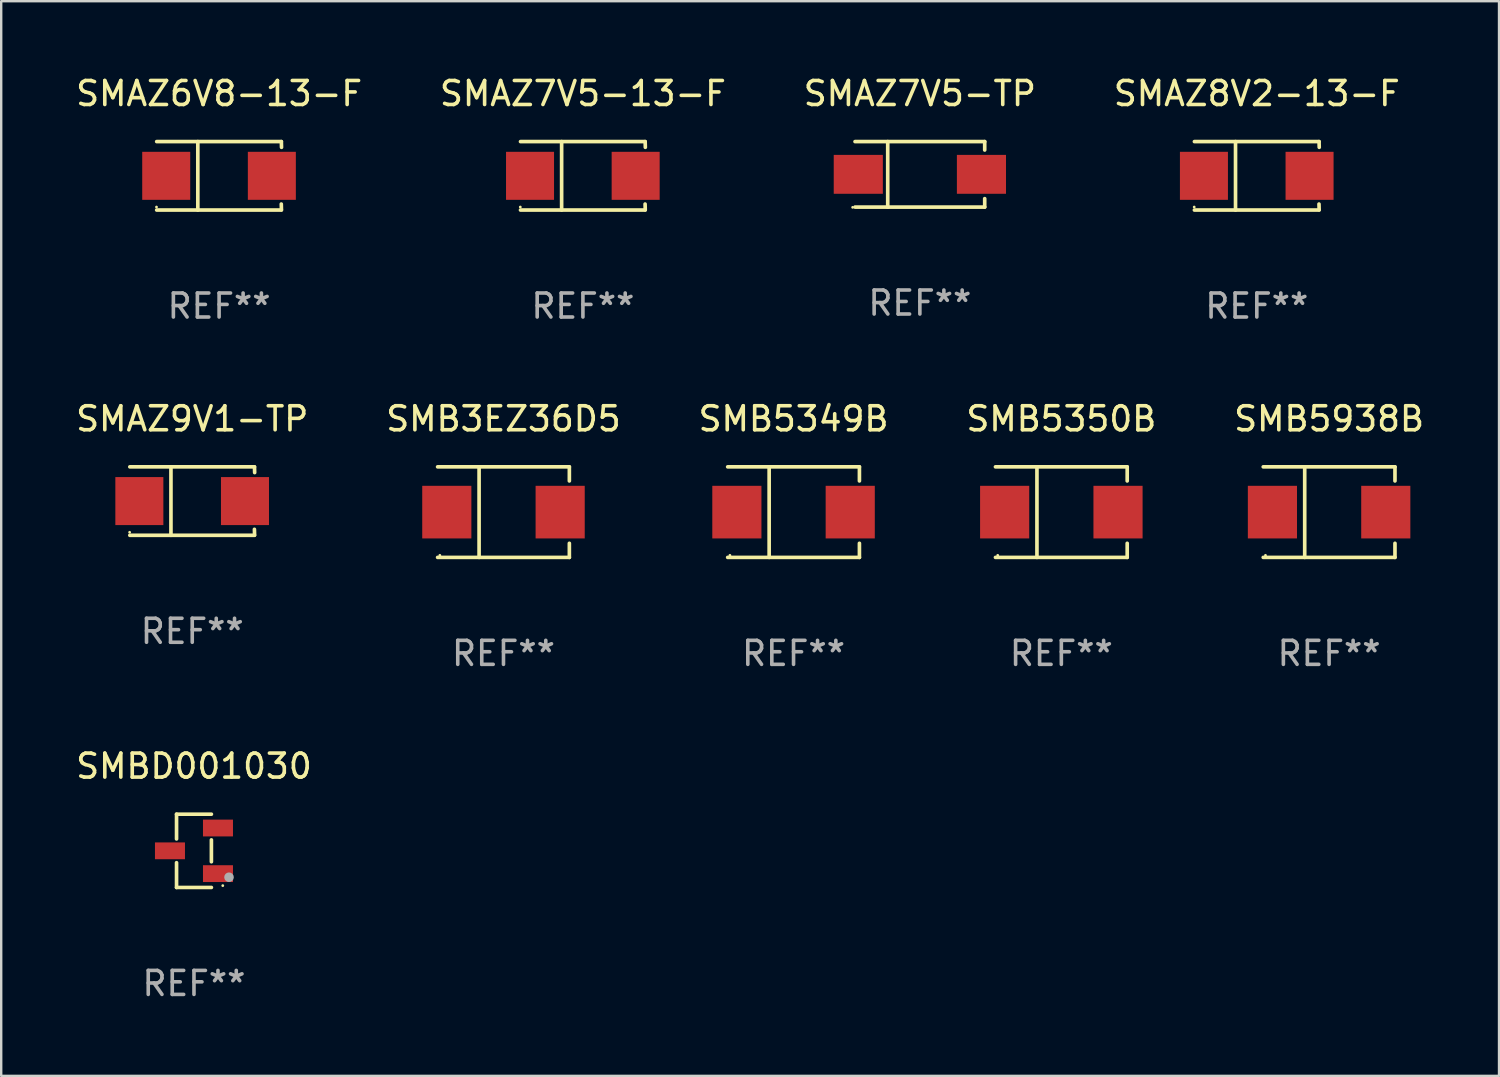
<source format=kicad_pcb>
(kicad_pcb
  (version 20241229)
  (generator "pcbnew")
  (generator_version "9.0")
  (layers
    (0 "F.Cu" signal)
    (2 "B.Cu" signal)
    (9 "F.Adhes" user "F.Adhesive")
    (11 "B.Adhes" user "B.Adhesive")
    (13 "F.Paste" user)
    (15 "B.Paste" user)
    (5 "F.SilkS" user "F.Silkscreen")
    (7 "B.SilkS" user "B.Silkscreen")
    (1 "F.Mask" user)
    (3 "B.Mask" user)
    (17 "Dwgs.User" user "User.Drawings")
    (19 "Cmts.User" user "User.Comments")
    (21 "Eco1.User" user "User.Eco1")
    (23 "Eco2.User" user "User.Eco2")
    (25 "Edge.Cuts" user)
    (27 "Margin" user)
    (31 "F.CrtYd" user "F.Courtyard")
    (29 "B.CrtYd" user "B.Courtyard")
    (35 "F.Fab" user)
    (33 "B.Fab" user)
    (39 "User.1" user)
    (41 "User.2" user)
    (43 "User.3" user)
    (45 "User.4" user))
  (footprint "SMB3EZ36D5"
    (layer "F.Cu")
    (at 17.923 18.283)
    (property "Reference" "SMB3EZ36D5" (at 0 -3.886 0) (layer "F.SilkS") (effects (font (size 1 1) (thickness 0.15))))
    (attr through_hole)
    (fp_line (start -2.744 -1.886) (end 2.744 -1.886) (stroke (width 0.152) (type solid)) (layer "F.SilkS"))
    (fp_line (start -2.744 1.886) (end 2.744 1.886) (stroke (width 0.152) (type solid)) (layer "F.SilkS"))
    (fp_line (start -1.016 -1.886) (end -1.016 1.886) (stroke (width 0.152) (type solid)) (layer "F.SilkS"))
    (fp_line (start 2.744 -1.886) (end 2.744 -1.299) (stroke (width 0.152) (type solid)) (layer "F.SilkS"))
    (fp_line (start 2.744 1.886) (end 2.744 1.299) (stroke (width 0.152) (type solid)) (layer "F.SilkS"))
    (fp_circle (center -2.65 1.8) (end -2.62 1.8) (stroke (width 0.06) (type solid)) (fill no) (layer "F.SilkS"))
    (fp_text user "REF**" (at 0 5.886 0) (layer "F.Fab") (effects (font (size 1 1) (thickness 0.15))))
    (pad "1" smd rect (at -2.361 0) (size 2.047 2.192) (layers "F.Cu" "F.Mask" "F.Paste"))
    (pad "2" smd rect (at 2.361 0) (size 2.047 2.192) (layers "F.Cu" "F.Mask" "F.Paste")))
  (footprint "SMAZ6V8-13-F"
    (layer "F.Cu")
    (at 6.077 4.274)
    (property "Reference" "SMAZ6V8-13-F" (at 0 -3.426 0) (layer "F.SilkS") (effects (font (size 1 1) (thickness 0.15))))
    (attr through_hole)
    (fp_line (start -2.6 -1.426) (end 2.593 -1.426) (stroke (width 0.152) (type solid)) (layer "F.SilkS"))
    (fp_line (start -2.6 1.426) (end 2.593 1.426) (stroke (width 0.152) (type solid)) (layer "F.SilkS"))
    (fp_line (start -0.887 -1.426) (end -0.887 1.426) (stroke (width 0.152) (type solid)) (layer "F.SilkS"))
    (fp_line (start 2.59 1.176) (end 2.597 1.415) (stroke (width 0.152) (type solid)) (layer "F.SilkS"))
    (fp_line (start 2.593 -1.426) (end 2.6 -1.187) (stroke (width 0.152) (type solid)) (layer "F.SilkS"))
    (fp_circle (center -2.608 1.3) (end -2.578 1.3) (stroke (width 0.06) (type solid)) (fill no) (layer "F.SilkS"))
    (fp_text user "REF**" (at 0 5.426 0) (layer "F.Fab") (effects (font (size 1 1) (thickness 0.15))))
    (pad "1" smd rect (at -2.203 0 180) (size 2 2) (layers "F.Cu" "F.Mask" "F.Paste"))
    (pad "2" smd rect (at 2.197 0 180) (size 2 2) (layers "F.Cu" "F.Mask" "F.Paste")))
  (footprint "SMAZ7V5-TP"
    (layer "F.Cu")
    (at 35.268 4.212)
    (property "Reference" "SMAZ7V5-TP" (at 0 -3.364 0) (layer "F.SilkS") (effects (font (size 1 1) (thickness 0.15))))
    (attr through_hole)
    (fp_line (start -2.701 -1.364) (end 2.701 -1.364) (stroke (width 0.152) (type solid)) (layer "F.SilkS"))
    (fp_line (start -2.701 1.364) (end 2.701 1.364) (stroke (width 0.152) (type solid)) (layer "F.SilkS"))
    (fp_line (start -1.339 -1.364) (end -1.339 1.364) (stroke (width 0.152) (type solid)) (layer "F.SilkS"))
    (fp_line (start 2.701 -1.364) (end 2.701 -1.013) (stroke (width 0.152) (type solid)) (layer "F.SilkS"))
    (fp_line (start 2.701 1.364) (end 2.701 1.013) (stroke (width 0.152) (type solid)) (layer "F.SilkS"))
    (fp_circle (center -2.8 1.375) (end -2.77 1.375) (stroke (width 0.06) (type solid)) (fill no) (layer "F.SilkS"))
    (fp_text user "REF**" (at 0 5.364 0) (layer "F.Fab") (effects (font (size 1 1) (thickness 0.15))))
    (pad "1" smd rect (at -2.565 -0.000025) (size 2.046 1.62) (layers "F.Cu" "F.Mask" "F.Paste"))
    (pad "2" smd rect (at 2.565 -0.000025) (size 2.046 1.62) (layers "F.Cu" "F.Mask" "F.Paste")))
  (footprint "SMAZ7V5-13-F"
    (layer "F.Cu")
    (at 21.232 4.274)
    (property "Reference" "SMAZ7V5-13-F" (at 0 -3.426 0) (layer "F.SilkS") (effects (font (size 1 1) (thickness 0.15))))
    (attr through_hole)
    (fp_line (start -2.6 -1.426) (end 2.593 -1.426) (stroke (width 0.152) (type solid)) (layer "F.SilkS"))
    (fp_line (start -2.6 1.426) (end 2.593 1.426) (stroke (width 0.152) (type solid)) (layer "F.SilkS"))
    (fp_line (start -0.887 -1.426) (end -0.887 1.426) (stroke (width 0.152) (type solid)) (layer "F.SilkS"))
    (fp_line (start 2.59 1.176) (end 2.597 1.415) (stroke (width 0.152) (type solid)) (layer "F.SilkS"))
    (fp_line (start 2.593 -1.426) (end 2.6 -1.187) (stroke (width 0.152) (type solid)) (layer "F.SilkS"))
    (fp_circle (center -2.608 1.3) (end -2.578 1.3) (stroke (width 0.06) (type solid)) (fill no) (layer "F.SilkS"))
    (fp_text user "REF**" (at 0 5.426 0) (layer "F.Fab") (effects (font (size 1 1) (thickness 0.15))))
    (pad "1" smd rect (at -2.203 0 180) (size 2 2) (layers "F.Cu" "F.Mask" "F.Paste"))
    (pad "2" smd rect (at 2.197 0 180) (size 2 2) (layers "F.Cu" "F.Mask" "F.Paste")))
  (footprint "SMB5938B"
    (layer "F.Cu")
    (at 52.315 18.283)
    (property "Reference" "SMB5938B" (at 0 -3.886 0) (layer "F.SilkS") (effects (font (size 1 1) (thickness 0.15))))
    (attr through_hole)
    (fp_line (start -2.744 -1.886) (end 2.744 -1.886) (stroke (width 0.152) (type solid)) (layer "F.SilkS"))
    (fp_line (start -2.744 1.886) (end 2.744 1.886) (stroke (width 0.152) (type solid)) (layer "F.SilkS"))
    (fp_line (start -1.016 -1.886) (end -1.016 1.886) (stroke (width 0.152) (type solid)) (layer "F.SilkS"))
    (fp_line (start 2.744 -1.886) (end 2.744 -1.299) (stroke (width 0.152) (type solid)) (layer "F.SilkS"))
    (fp_line (start 2.744 1.886) (end 2.744 1.299) (stroke (width 0.152) (type solid)) (layer "F.SilkS"))
    (fp_circle (center -2.65 1.8) (end -2.62 1.8) (stroke (width 0.06) (type solid)) (fill no) (layer "F.SilkS"))
    (fp_text user "REF**" (at 0 5.886 0) (layer "F.Fab") (effects (font (size 1 1) (thickness 0.15))))
    (pad "1" smd rect (at -2.361 0) (size 2.047 2.192) (layers "F.Cu" "F.Mask" "F.Paste"))
    (pad "2" smd rect (at 2.361 0) (size 2.047 2.192) (layers "F.Cu" "F.Mask" "F.Paste")))
  (footprint "SMAZ9V1-TP"
    (layer "F.Cu")
    (at 4.958 17.823)
    (property "Reference" "SMAZ9V1-TP" (at 0 -3.426 0) (layer "F.SilkS") (effects (font (size 1 1) (thickness 0.15))))
    (attr through_hole)
    (fp_line (start -2.6 -1.426) (end 2.593 -1.426) (stroke (width 0.152) (type solid)) (layer "F.SilkS"))
    (fp_line (start -2.6 1.426) (end 2.593 1.426) (stroke (width 0.152) (type solid)) (layer "F.SilkS"))
    (fp_line (start -0.887 -1.426) (end -0.887 1.426) (stroke (width 0.152) (type solid)) (layer "F.SilkS"))
    (fp_line (start 2.59 1.176) (end 2.597 1.415) (stroke (width 0.152) (type solid)) (layer "F.SilkS"))
    (fp_line (start 2.593 -1.426) (end 2.6 -1.187) (stroke (width 0.152) (type solid)) (layer "F.SilkS"))
    (fp_circle (center -2.608 1.3) (end -2.578 1.3) (stroke (width 0.06) (type solid)) (fill no) (layer "F.SilkS"))
    (fp_text user "REF**" (at 0 5.426 0) (layer "F.Fab") (effects (font (size 1 1) (thickness 0.15))))
    (pad "1" smd rect (at -2.203 0 180) (size 2 2) (layers "F.Cu" "F.Mask" "F.Paste"))
    (pad "2" smd rect (at 2.197 0 180) (size 2 2) (layers "F.Cu" "F.Mask" "F.Paste")))
  (footprint "SMAZ8V2-13-F"
    (layer "F.Cu")
    (at 49.304 4.274)
    (property "Reference" "SMAZ8V2-13-F" (at 0 -3.426 0) (layer "F.SilkS") (effects (font (size 1 1) (thickness 0.15))))
    (attr through_hole)
    (fp_line (start -2.6 -1.426) (end 2.593 -1.426) (stroke (width 0.152) (type solid)) (layer "F.SilkS"))
    (fp_line (start -2.6 1.426) (end 2.593 1.426) (stroke (width 0.152) (type solid)) (layer "F.SilkS"))
    (fp_line (start -0.887 -1.426) (end -0.887 1.426) (stroke (width 0.152) (type solid)) (layer "F.SilkS"))
    (fp_line (start 2.59 1.176) (end 2.597 1.415) (stroke (width 0.152) (type solid)) (layer "F.SilkS"))
    (fp_line (start 2.593 -1.426) (end 2.6 -1.187) (stroke (width 0.152) (type solid)) (layer "F.SilkS"))
    (fp_circle (center -2.608 1.3) (end -2.578 1.3) (stroke (width 0.06) (type solid)) (fill no) (layer "F.SilkS"))
    (fp_text user "REF**" (at 0 5.426 0) (layer "F.Fab") (effects (font (size 1 1) (thickness 0.15))))
    (pad "1" smd rect (at -2.203 0 180) (size 2 2) (layers "F.Cu" "F.Mask" "F.Paste"))
    (pad "2" smd rect (at 2.197 0 180) (size 2 2) (layers "F.Cu" "F.Mask" "F.Paste")))
  (footprint "SMB5350B"
    (layer "F.Cu")
    (at 41.161 18.283)
    (property "Reference" "SMB5350B" (at 0 -3.886 0) (layer "F.SilkS") (effects (font (size 1 1) (thickness 0.15))))
    (attr through_hole)
    (fp_line (start -2.744 -1.886) (end 2.744 -1.886) (stroke (width 0.152) (type solid)) (layer "F.SilkS"))
    (fp_line (start -2.744 1.886) (end 2.744 1.886) (stroke (width 0.152) (type solid)) (layer "F.SilkS"))
    (fp_line (start -1.016 -1.886) (end -1.016 1.886) (stroke (width 0.152) (type solid)) (layer "F.SilkS"))
    (fp_line (start 2.744 -1.886) (end 2.744 -1.299) (stroke (width 0.152) (type solid)) (layer "F.SilkS"))
    (fp_line (start 2.744 1.886) (end 2.744 1.299) (stroke (width 0.152) (type solid)) (layer "F.SilkS"))
    (fp_circle (center -2.65 1.8) (end -2.62 1.8) (stroke (width 0.06) (type solid)) (fill no) (layer "F.SilkS"))
    (fp_text user "REF**" (at 0 5.886 0) (layer "F.Fab") (effects (font (size 1 1) (thickness 0.15))))
    (pad "1" smd rect (at -2.361 0) (size 2.047 2.192) (layers "F.Cu" "F.Mask" "F.Paste"))
    (pad "2" smd rect (at 2.361 0) (size 2.047 2.192) (layers "F.Cu" "F.Mask" "F.Paste")))
  (footprint "SMB5349B"
    (layer "F.Cu")
    (at 30.006 18.283)
    (property "Reference" "SMB5349B" (at 0 -3.886 0) (layer "F.SilkS") (effects (font (size 1 1) (thickness 0.15))))
    (attr through_hole)
    (fp_line (start -2.744 -1.886) (end 2.744 -1.886) (stroke (width 0.152) (type solid)) (layer "F.SilkS"))
    (fp_line (start -2.744 1.886) (end 2.744 1.886) (stroke (width 0.152) (type solid)) (layer "F.SilkS"))
    (fp_line (start -1.016 -1.886) (end -1.016 1.886) (stroke (width 0.152) (type solid)) (layer "F.SilkS"))
    (fp_line (start 2.744 -1.886) (end 2.744 -1.299) (stroke (width 0.152) (type solid)) (layer "F.SilkS"))
    (fp_line (start 2.744 1.886) (end 2.744 1.299) (stroke (width 0.152) (type solid)) (layer "F.SilkS"))
    (fp_circle (center -2.65 1.8) (end -2.62 1.8) (stroke (width 0.06) (type solid)) (fill no) (layer "F.SilkS"))
    (fp_text user "REF**" (at 0 5.886 0) (layer "F.Fab") (effects (font (size 1 1) (thickness 0.15))))
    (pad "1" smd rect (at -2.361 0) (size 2.047 2.192) (layers "F.Cu" "F.Mask" "F.Paste"))
    (pad "2" smd rect (at 2.361 0) (size 2.047 2.192) (layers "F.Cu" "F.Mask" "F.Paste")))
  (footprint "SMBD001030"
    (layer "F.Cu")
    (at 5.03 32.392)
    (property "Reference" "SMBD001030" (at 0 -3.526 0) (layer "F.SilkS") (effects (font (size 1 1) (thickness 0.15))))
    (attr through_hole)
    (fp_line (start -0.726 -1.526) (end -0.726 -0.495) (stroke (width 0.152) (type solid)) (layer "F.SilkS"))
    (fp_line (start -0.726 1.526) (end -0.726 0.495) (stroke (width 0.152) (type solid)) (layer "F.SilkS"))
    (fp_line (start 0.726 -1.526) (end -0.726 -1.526) (stroke (width 0.152) (type solid)) (layer "F.SilkS"))
    (fp_line (start 0.726 -0.455) (end 0.726 0.455) (stroke (width 0.152) (type solid)) (layer "F.SilkS"))
    (fp_line (start 0.726 1.526) (end -0.726 1.526) (stroke (width 0.152) (type solid)) (layer "F.SilkS"))
    (fp_circle (center 1.2 1.45) (end 1.23 1.45) (stroke (width 0.06) (type solid)) (fill no) (layer "F.SilkS"))
    (fp_circle (center 1.46 1.1) (end 1.56 1.1) (stroke (width 0.2) (type solid)) (fill no) (layer "F.Fab"))
    (fp_text user "REF**" (at 0 5.526 0) (layer "F.Fab") (effects (font (size 1 1) (thickness 0.15))))
    (pad "1" smd rect (at 1 0.95) (size 1.25 0.7) (layers "F.Cu" "F.Mask" "F.Paste"))
    (pad "2" smd rect (at 1 -0.95) (size 1.25 0.7) (layers "F.Cu" "F.Mask" "F.Paste"))
    (pad "3" smd rect (at -1 0) (size 1.25 0.7) (layers "F.Cu" "F.Mask" "F.Paste")))
  (gr_rect
    (start -3 -3)
    (end 59.393 41.767)
    (stroke (width 0.1) (type default))
    (fill no)
    (layer "Edge.Cuts")))
</source>
